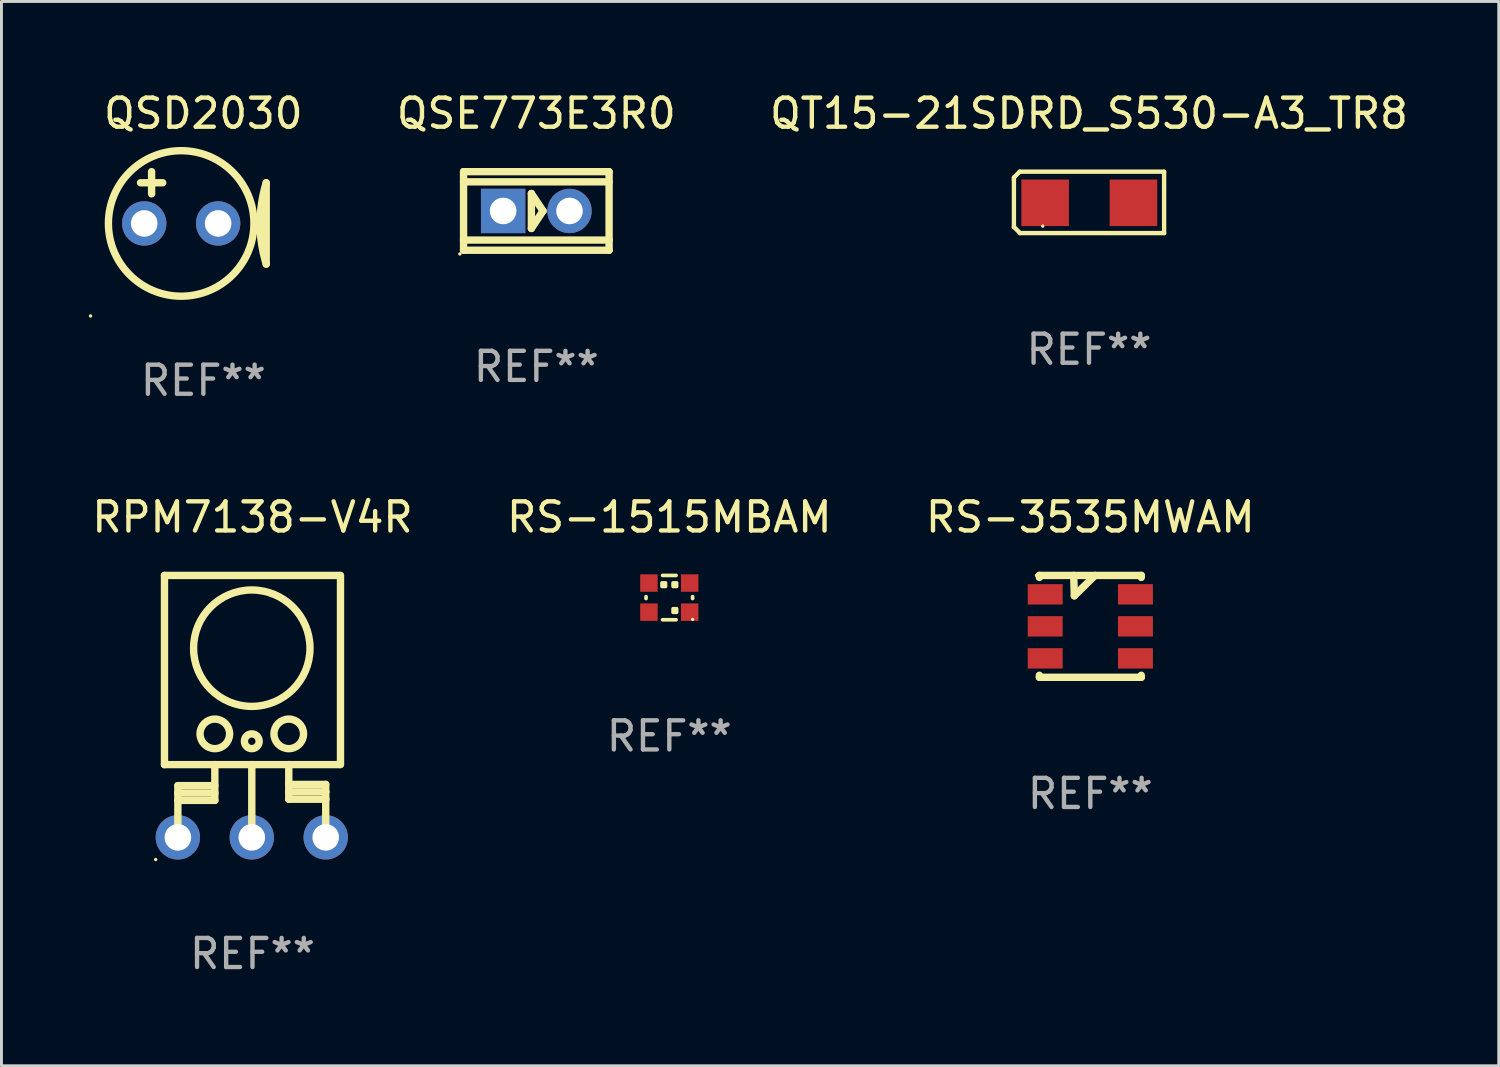
<source format=kicad_pcb>
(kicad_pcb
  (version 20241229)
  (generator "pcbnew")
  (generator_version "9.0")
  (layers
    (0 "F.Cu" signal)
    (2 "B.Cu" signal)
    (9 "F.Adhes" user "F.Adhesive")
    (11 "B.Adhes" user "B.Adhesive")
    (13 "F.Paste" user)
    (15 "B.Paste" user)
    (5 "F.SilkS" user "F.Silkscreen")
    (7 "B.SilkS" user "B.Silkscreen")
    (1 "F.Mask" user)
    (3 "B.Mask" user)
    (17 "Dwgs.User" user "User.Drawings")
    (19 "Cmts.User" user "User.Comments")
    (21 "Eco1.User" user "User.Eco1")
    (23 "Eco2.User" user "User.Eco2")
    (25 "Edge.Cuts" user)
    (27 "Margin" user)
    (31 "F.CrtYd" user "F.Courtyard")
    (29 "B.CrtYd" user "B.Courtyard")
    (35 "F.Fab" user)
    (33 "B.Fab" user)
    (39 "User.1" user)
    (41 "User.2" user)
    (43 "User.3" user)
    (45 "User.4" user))
  (footprint "RS-1515MBAM"
    (layer "F.Cu")
    (at 19.946 17.482)
    (property "Reference" "RS-1515MBAM" (at 0 -2.762 0) (layer "F.SilkS") (effects (font (size 1 1) (thickness 0.15))))
    (attr through_hole)
    (fp_line (start -0.8 -0.032) (end -0.8 0.032) (stroke (width 0.127) (type solid)) (layer "F.SilkS"))
    (fp_line (start -0.232 -0.762) (end 0.232 -0.762) (stroke (width 0.127) (type solid)) (layer "F.SilkS"))
    (fp_line (start -0.232 0.762) (end 0.232 0.762) (stroke (width 0.127) (type solid)) (layer "F.SilkS"))
    (fp_line (start 0.8 -0.032) (end 0.8 0.032) (stroke (width 0.127) (type solid)) (layer "F.SilkS"))
    (fp_circle (center 0.8 0.75) (end 0.83 0.75) (stroke (width 0.06) (type solid)) (fill no) (layer "F.SilkS"))
    (fp_poly (pts (xy -0.254 -0.508) (xy -0.127 -0.508) (xy -0.127 -0.381) (xy -0.254 -0.381)) (stroke (width 0.12) (type solid)) (fill yes) (layer "F.SilkS"))
    (fp_poly (pts (xy 0.127 -0.508) (xy 0.254 -0.508) (xy 0.254 -0.381) (xy 0.127 -0.381)) (stroke (width 0.12) (type solid)) (fill yes) (layer "F.SilkS"))
    (fp_poly (pts (xy 0.127 0.381) (xy 0.254 0.381) (xy 0.254 0.508) (xy 0.127 0.508)) (stroke (width 0.12) (type solid)) (fill yes) (layer "F.SilkS"))
    (fp_text user "REF**" (at 0 4.762 0) (layer "F.Fab") (effects (font (size 1 1) (thickness 0.15))))
    (pad "1" smd rect (at 0.7 0.5) (size 0.6 0.6) (layers "F.Cu" "F.Mask" "F.Paste"))
    (pad "2" smd rect (at -0.7 0.5) (size 0.6 0.6) (layers "F.Cu" "F.Mask" "F.Paste"))
    (pad "3" smd rect (at -0.7 -0.5) (size 0.6 0.6) (layers "F.Cu" "F.Mask" "F.Paste"))
    (pad "4" smd rect (at 0.7 -0.5) (size 0.6 0.6) (layers "F.Cu" "F.Mask" "F.Paste")))
  (footprint "QT15-21SDRD_S530-A3_TR8"
    (layer "F.Cu")
    (at 34.366 3.903)
    (property "Reference" "QT15-21SDRD_S530-A3_TR8" (at 0 -3.055 0) (layer "F.SilkS") (effects (font (size 1 1) (thickness 0.15))))
    (attr through_hole)
    (fp_line (start -2.58 -0.855) (end -2.38 -1.055) (stroke (width 0.15) (type solid)) (layer "F.SilkS"))
    (fp_line (start -2.58 -0.775) (end -2.58 -0.855) (stroke (width 0.15) (type solid)) (layer "F.SilkS"))
    (fp_line (start -2.58 -0.775) (end -2.58 0.845) (stroke (width 0.15) (type solid)) (layer "F.SilkS"))
    (fp_line (start -2.58 0.845) (end -2.37 1.055) (stroke (width 0.15) (type solid)) (layer "F.SilkS"))
    (fp_line (start -2.38 -1.055) (end 2.58 -1.055) (stroke (width 0.15) (type solid)) (layer "F.SilkS"))
    (fp_line (start 2.58 -1.055) (end 2.58 1.055) (stroke (width 0.15) (type solid)) (layer "F.SilkS"))
    (fp_line (start 2.58 1.055) (end -2.37 1.055) (stroke (width 0.15) (type solid)) (layer "F.SilkS"))
    (fp_circle (center -1.59 0.815) (end -1.56 0.815) (stroke (width 0.06) (type solid)) (fill no) (layer "F.SilkS"))
    (fp_text user "REF**" (at 0 5.055 0) (layer "F.Fab") (effects (font (size 1 1) (thickness 0.15))))
    (pad "1" smd rect (at -1.507 0.015) (size 1.635 1.6) (layers "F.Cu" "F.Mask" "F.Paste"))
    (pad "2" smd rect (at 1.527 0.015) (size 1.635 1.6) (layers "F.Cu" "F.Mask" "F.Paste")))
  (footprint "QSD2030"
    (layer "F.Cu")
    (at 3.937 4.436)
    (property "Reference" "QSD2030" (at 0 -3.588 0) (layer "F.SilkS") (effects (font (size 1 1) (thickness 0.15))))
    (attr through_hole)
    (fp_line (start -2.159 -1.207) (end -1.397 -1.207) (stroke (width 0.254) (type solid)) (layer "F.SilkS"))
    (fp_line (start -1.778 -0.826) (end -1.778 -1.588) (stroke (width 0.254) (type solid)) (layer "F.SilkS"))
    (fp_line (start 2.159 -1.207) (end 2.159 1.588) (stroke (width 0.254) (type solid)) (layer "F.SilkS"))
    (fp_arc (start 2.159005 1.587504) (mid 1.950538 0.190501) (end 2.159004 -1.206502) (stroke (width 0.254001) (type solid)) (layer "F.SilkS"))
    (fp_circle (center -3.877 3.37) (end -3.847 3.37) (stroke (width 0.06) (type solid)) (fill no) (layer "F.SilkS"))
    (fp_circle (center -0.762 0.191) (end 1.738 0.191) (stroke (width 0.254) (type solid)) (fill no) (layer "F.SilkS"))
    (fp_text user "REF**" (at 0 5.588 0) (layer "F.Fab") (effects (font (size 1 1) (thickness 0.15))))
    (pad "1" thru_hole circle (at -2.032 0.191) (size 1.524 1.524) (drill 0.914) (layers "*.Cu" "*.Mask"))
    (pad "2" thru_hole circle (at 0.508 0.191) (size 1.524 1.524) (drill 0.914) (layers "*.Cu" "*.Mask")))
  (footprint "QSE773E3R0"
    (layer "F.Cu")
    (at 15.377 4.198)
    (property "Reference" "QSE773E3R0" (at 0 -3.35 0) (layer "F.SilkS") (effects (font (size 1 1) (thickness 0.15))))
    (attr through_hole)
    (fp_line (start -2.5 -1) (end 2.5 -1) (stroke (width 0.254) (type solid)) (layer "F.SilkS"))
    (fp_line (start -2.5 -1.35) (end 2.5 -1.35) (stroke (width 0.254) (type solid)) (layer "F.SilkS"))
    (fp_line (start -2.5 1) (end 2.5 1) (stroke (width 0.254) (type solid)) (layer "F.SilkS"))
    (fp_line (start -2.5 1.35) (end -2.5 -1.35) (stroke (width 0.254) (type solid)) (layer "F.SilkS"))
    (fp_line (start -0.17 -0.6) (end 0.23 0) (stroke (width 0.254) (type solid)) (layer "F.SilkS"))
    (fp_line (start -0.17 0.6) (end -0.17 -0.6) (stroke (width 0.254) (type solid)) (layer "F.SilkS"))
    (fp_line (start 0.23 0) (end -0.17 0.6) (stroke (width 0.254) (type solid)) (layer "F.SilkS"))
    (fp_line (start 2.5 -1.35) (end 2.5 1.35) (stroke (width 0.254) (type solid)) (layer "F.SilkS"))
    (fp_line (start 2.5 1.35) (end -2.5 1.35) (stroke (width 0.254) (type solid)) (layer "F.SilkS"))
    (fp_circle (center -2.627 1.477) (end -2.597 1.477) (stroke (width 0.06) (type solid)) (fill no) (layer "F.SilkS"))
    (fp_text user "REF**" (at 0 5.35 0) (layer "F.Fab") (effects (font (size 1 1) (thickness 0.15))))
    (pad "1" thru_hole rect (at -1.14 0) (size 1.524 1.524) (drill 0.914) (layers "*.Cu" "*.Mask"))
    (pad "2" thru_hole circle (at 1.14 0) (size 1.524 1.524) (drill 0.914) (layers "*.Cu" "*.Mask")))
  (footprint "RPM7138-V4R"
    (layer "F.Cu")
    (at 5.625 21.22)
    (property "Reference" "RPM7138-V4R" (at 0 -6.5 0) (layer "F.SilkS") (effects (font (size 1 1) (thickness 0.15))))
    (attr through_hole)
    (fp_line (start -3.024 -4.5) (end 2.976 -4.5) (stroke (width 0.254) (type solid)) (layer "F.SilkS"))
    (fp_line (start -3.024 2) (end -3.024 -4.5) (stroke (width 0.254) (type solid)) (layer "F.SilkS"))
    (fp_line (start -2.564 2.722) (end -2.564 2.976) (stroke (width 0.254) (type solid)) (layer "F.SilkS"))
    (fp_line (start -2.564 2.976) (end -2.564 3.23) (stroke (width 0.254) (type solid)) (layer "F.SilkS"))
    (fp_line (start -2.564 3.23) (end -2.564 4.5) (stroke (width 0.254) (type solid)) (layer "F.SilkS"))
    (fp_line (start -1.294 2) (end -1.294 3.23) (stroke (width 0.254) (type solid)) (layer "F.SilkS"))
    (fp_line (start -1.294 2.722) (end -2.564 2.722) (stroke (width 0.254) (type solid)) (layer "F.SilkS"))
    (fp_line (start -1.294 2.976) (end -2.564 2.976) (stroke (width 0.254) (type solid)) (layer "F.SilkS"))
    (fp_line (start -1.294 3.23) (end -2.564 3.23) (stroke (width 0.254) (type solid)) (layer "F.SilkS"))
    (fp_line (start -0.024 2) (end -0.024 4.246) (stroke (width 0.254) (type solid)) (layer "F.SilkS"))
    (fp_line (start 1.246 2) (end 1.246 3.189) (stroke (width 0.254) (type solid)) (layer "F.SilkS"))
    (fp_line (start 1.246 2.681) (end 2.516 2.681) (stroke (width 0.254) (type solid)) (layer "F.SilkS"))
    (fp_line (start 1.246 2.935) (end 2.516 2.935) (stroke (width 0.254) (type solid)) (layer "F.SilkS"))
    (fp_line (start 1.246 3.189) (end 2.516 3.189) (stroke (width 0.254) (type solid)) (layer "F.SilkS"))
    (fp_line (start 2.516 2.681) (end 2.516 2.935) (stroke (width 0.254) (type solid)) (layer "F.SilkS"))
    (fp_line (start 2.516 2.935) (end 2.516 3.189) (stroke (width 0.254) (type solid)) (layer "F.SilkS"))
    (fp_line (start 2.516 3.189) (end 2.516 4.459) (stroke (width 0.254) (type solid)) (layer "F.SilkS"))
    (fp_line (start 2.976 2) (end -3.024 2) (stroke (width 0.254) (type solid)) (layer "F.SilkS"))
    (fp_line (start 3.024 -4.5) (end 3.024 2) (stroke (width 0.254) (type solid)) (layer "F.SilkS"))
    (fp_circle (center -3.326 5.262) (end -3.296 5.262) (stroke (width 0.06) (type solid)) (fill no) (layer "F.SilkS"))
    (fp_circle (center -1.294 0.944) (end -0.786 0.944) (stroke (width 0.254) (type solid)) (fill no) (layer "F.SilkS"))
    (fp_circle (center -0.024 -2) (end 1.976 -2) (stroke (width 0.254) (type solid)) (fill no) (layer "F.SilkS"))
    (fp_circle (center -0.024 1.198) (end 0.23 1.198) (stroke (width 0.254) (type solid)) (fill no) (layer "F.SilkS"))
    (fp_circle (center 1.246 0.944) (end 1.754 0.944) (stroke (width 0.254) (type solid)) (fill no) (layer "F.SilkS"))
    (fp_text user "REF**" (at 0 8.5 0) (layer "F.Fab") (effects (font (size 1 1) (thickness 0.15))))
    (pad "1" thru_hole circle (at -2.564 4.5) (size 1.524 1.524) (drill 0.914) (layers "*.Cu" "*.Mask"))
    (pad "2" thru_hole circle (at -0.024 4.5) (size 1.524 1.524) (drill 0.914) (layers "*.Cu" "*.Mask"))
    (pad "3" thru_hole circle (at 2.516 4.5) (size 1.524 1.524) (drill 0.914) (layers "*.Cu" "*.Mask")))
  (footprint "RS-3535MWAM"
    (layer "F.Cu")
    (at 34.411 18.47)
    (property "Reference" "RS-3535MWAM" (at 0 -3.75 0) (layer "F.SilkS") (effects (font (size 1 1) (thickness 0.15))))
    (attr through_hole)
    (fp_line (start -1.75 -1.681) (end -1.75 -1.75) (stroke (width 0.254) (type solid)) (layer "F.SilkS"))
    (fp_line (start -1.75 1.75) (end -1.75 1.681) (stroke (width 0.254) (type solid)) (layer "F.SilkS"))
    (fp_line (start -1.75 1.75) (end 1.75 1.75) (stroke (width 0.254) (type solid)) (layer "F.SilkS"))
    (fp_line (start -0.572 -1.75) (end -0.549 -1.049) (stroke (width 0.254) (type solid)) (layer "F.SilkS"))
    (fp_line (start -0.549 -1.049) (end 0.162 -1.75) (stroke (width 0.254) (type solid)) (layer "F.SilkS"))
    (fp_line (start 1.75 -1.75) (end -1.75 -1.75) (stroke (width 0.254) (type solid)) (layer "F.SilkS"))
    (fp_line (start 1.75 -1.75) (end 1.75 -1.681) (stroke (width 0.254) (type solid)) (layer "F.SilkS"))
    (fp_line (start 1.75 1.681) (end 1.75 1.75) (stroke (width 0.254) (type solid)) (layer "F.SilkS"))
    (fp_circle (center -1.85 -1.75) (end -1.82 -1.75) (stroke (width 0.06) (type solid)) (fill no) (layer "F.SilkS"))
    (fp_text user "REF**" (at 0 5.75 0) (layer "F.Fab") (effects (font (size 1 1) (thickness 0.15))))
    (pad "1" smd rect (at -1.55 -1.1) (size 1.2 0.7) (layers "F.Cu" "F.Mask" "F.Paste"))
    (pad "2" smd rect (at -1.55 0) (size 1.2 0.7) (layers "F.Cu" "F.Mask" "F.Paste"))
    (pad "3" smd rect (at -1.55 1.1) (size 1.2 0.7) (layers "F.Cu" "F.Mask" "F.Paste"))
    (pad "4" smd rect (at 1.55 1.1) (size 1.2 0.7) (layers "F.Cu" "F.Mask" "F.Paste"))
    (pad "5" smd rect (at 1.55 0) (size 1.2 0.7) (layers "F.Cu" "F.Mask" "F.Paste"))
    (pad "6" smd rect (at 1.55 -1.1) (size 1.2 0.7) (layers "F.Cu" "F.Mask" "F.Paste")))
  (gr_rect
    (start -3 -3)
    (end 48.443 33.568)
    (stroke (width 0.1) (type default))
    (fill no)
    (layer "Edge.Cuts")))
</source>
